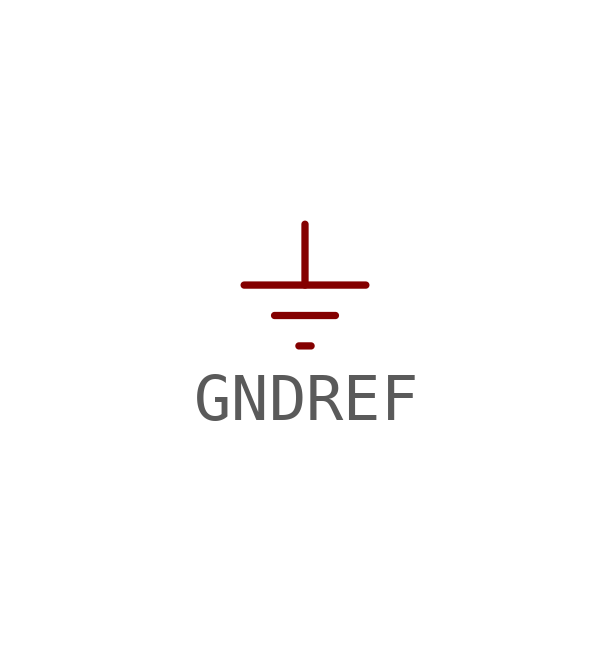
<source format=kicad_sym>
(kicad_symbol_lib
  (version 20211014)
  (generator kicad_symbol_editor)
  (symbol "GNDREF"
    (power)
    (pin_names
      (offset 0))
    (property "Reference" "#PWR"
      (at 0 -6.35 0)
      (effects (font (size 1.27 1.27)) hide))
    (symbol "GNDREF_0_1"
      (polyline (pts (xy -0.635 -1.905) (xy 0.635 -1.905)) (stroke (width 0) (type default) (color 0 0 0 0)) (fill (type none)))
      (polyline (pts (xy -0.127 -2.54) (xy 0.127 -2.54)) (stroke (width 0) (type default) (color 0 0 0 0)) (fill (type none)))
      (polyline (pts (xy 0 -1.27) (xy 0 0)) (stroke (width 0) (type default) (color 0 0 0 0)) (fill (type none)))
      (polyline (pts (xy 1.27 -1.27) (xy -1.27 -1.27)) (stroke (width 0) (type default) (color 0 0 0 0)) (fill (type none))))
    (symbol "GNDREF_1_1"
      (pin power_in line (at 0 0 270) (length 0) hide (name "GNDREF" (effects (font (size 1.27 1.27)))) (number "1" (effects (font (size 1.27 1.27))))))))
</source>
